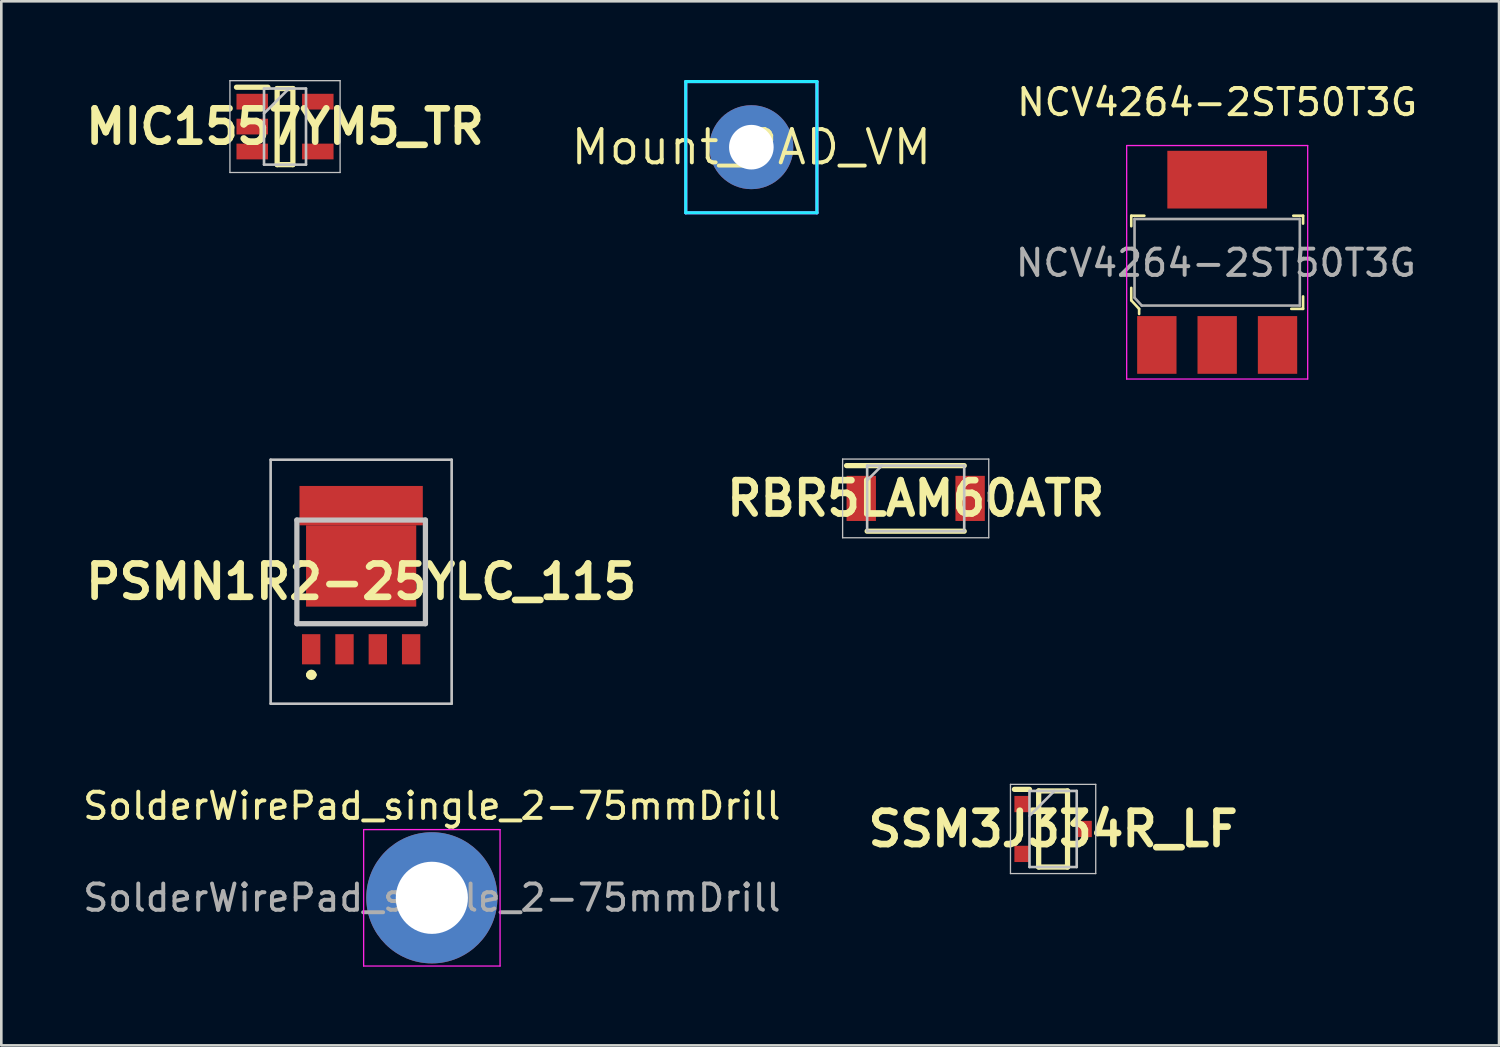
<source format=kicad_pcb>
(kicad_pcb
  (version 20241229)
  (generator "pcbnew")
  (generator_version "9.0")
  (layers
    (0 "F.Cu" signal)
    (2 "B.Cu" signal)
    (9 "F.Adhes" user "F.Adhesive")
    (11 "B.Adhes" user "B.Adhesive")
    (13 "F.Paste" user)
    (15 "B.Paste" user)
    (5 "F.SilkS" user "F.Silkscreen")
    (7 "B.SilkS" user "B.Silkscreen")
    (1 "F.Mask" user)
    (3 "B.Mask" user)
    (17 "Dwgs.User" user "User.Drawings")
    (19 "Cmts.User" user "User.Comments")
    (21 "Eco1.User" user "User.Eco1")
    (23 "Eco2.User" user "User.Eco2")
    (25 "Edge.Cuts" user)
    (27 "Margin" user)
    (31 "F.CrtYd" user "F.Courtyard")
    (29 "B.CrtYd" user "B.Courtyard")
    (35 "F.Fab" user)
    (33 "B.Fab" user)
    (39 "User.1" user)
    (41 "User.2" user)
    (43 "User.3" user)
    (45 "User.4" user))
  (footprint "PSMN1R2-25YLC_115"
    (layer "F.Cu")
    (at 10.716 16.773)
    (property "Reference" "PSMN1R2-25YLC_115" (at 0 2.35 0) (layer "F.SilkS") (effects (font (size 1.27 1.27) (thickness 0.254))))
    (attr smd)
    (fp_line (start -2.45 0.5) (end -2.45 3.95) (stroke (width 0.1) (type solid)) (layer "F.SilkS"))
    (fp_line (start -2.45 3.95) (end 2.45 3.95) (stroke (width 0.1) (type solid)) (layer "F.SilkS"))
    (fp_line (start -2 5.9) (end -2 5.9) (stroke (width 0.2) (type solid)) (layer "F.SilkS"))
    (fp_line (start -1.8 5.9) (end -1.8 5.9) (stroke (width 0.2) (type solid)) (layer "F.SilkS"))
    (fp_line (start 2.45 3.95) (end 2.45 0.5) (stroke (width 0.1) (type solid)) (layer "F.SilkS"))
    (fp_arc (start -2 5.9) (mid -1.9 5.8) (end -1.8 5.9) (stroke (width 0.2) (type solid)) (layer "F.SilkS"))
    (fp_arc (start -1.8 5.9) (mid -1.9 6) (end -2 5.9) (stroke (width 0.2) (type solid)) (layer "F.SilkS"))
    (fp_line (start -3.45 -2.3) (end 3.45 -2.3) (stroke (width 0.1) (type solid)) (layer "Dwgs.User"))
    (fp_line (start -3.45 7) (end -3.45 -2.3) (stroke (width 0.1) (type solid)) (layer "Dwgs.User"))
    (fp_line (start -2.45 0) (end 2.45 0) (stroke (width 0.2) (type solid)) (layer "Dwgs.User"))
    (fp_line (start -2.45 3.95) (end -2.45 0) (stroke (width 0.2) (type solid)) (layer "Dwgs.User"))
    (fp_line (start 2.45 0) (end 2.45 3.95) (stroke (width 0.2) (type solid)) (layer "Dwgs.User"))
    (fp_line (start 2.45 3.95) (end -2.45 3.95) (stroke (width 0.2) (type solid)) (layer "Dwgs.User"))
    (fp_line (start 3.45 -2.3) (end 3.45 7) (stroke (width 0.1) (type solid)) (layer "Dwgs.User"))
    (fp_line (start 3.45 7) (end -3.45 7) (stroke (width 0.1) (type solid)) (layer "Dwgs.User"))
    (pad "1" smd rect (at -1.905 4.925) (size 0.7 1.15) (layers "F.Cu" "F.Mask" "F.Paste"))
    (pad "2" smd rect (at -0.635 4.925) (size 0.7 1.15) (layers "F.Cu" "F.Mask" "F.Paste"))
    (pad "3" smd rect (at 0.635 4.925) (size 0.7 1.15) (layers "F.Cu" "F.Mask" "F.Paste"))
    (pad "4" smd rect (at 1.905 4.925) (size 0.7 1.15) (layers "F.Cu" "F.Mask" "F.Paste"))
    (pad "5" smd rect (at 0 1.75 90) (size 3.1 4.2) (layers "F.Cu" "F.Mask" "F.Paste"))
    (pad "6" smd rect (at 0 -0.55 90) (size 1.5 4.7) (layers "F.Cu" "F.Mask" "F.Paste")))
  (footprint "Mount_PAD_VM"
    (layer "F.Cu")
    (at 25.589 2.56)
    (property "Reference" "Mount_PAD_VM" (at 0 0 0) (layer "F.SilkS") (effects (font (size 1.27 1.27) (thickness 0.15))))
    (attr through_hole)
    (fp_line (start -2.5 -2.5) (end 2.5 -2.5) (stroke (width 0.12) (type solid)) (layer "B.CrtYd"))
    (fp_line (start -2.5 2.5) (end -2.5 -2.5) (stroke (width 0.12) (type solid)) (layer "B.CrtYd"))
    (fp_line (start 2.5 -2.5) (end 2.5 2.5) (stroke (width 0.12) (type solid)) (layer "B.CrtYd"))
    (fp_line (start 2.5 2.5) (end -2.5 2.5) (stroke (width 0.12) (type solid)) (layer "B.CrtYd"))
    (fp_line (start -2.5 -2.5) (end 2.5 -2.5) (stroke (width 0.12) (type solid)) (layer "F.CrtYd"))
    (fp_line (start -2.5 2.5) (end -2.5 -2.5) (stroke (width 0.12) (type solid)) (layer "F.CrtYd"))
    (fp_line (start 2.5 -2.5) (end 2.5 2.5) (stroke (width 0.12) (type solid)) (layer "F.CrtYd"))
    (fp_line (start 2.5 2.5) (end -2.5 2.5) (stroke (width 0.12) (type solid)) (layer "F.CrtYd"))
    (pad "1" thru_hole circle (at 0 0) (size 3.2 3.2) (drill 1.7) (layers "*.Cu" "*.Mask")))
  (footprint "NCV4264-2ST50T3G"
    (layer "F.Cu")
    (at 43.345 6.948)
    (property "Reference" "NCV4264-2ST50T3G" (at 0 -6.1 0) (layer "F.SilkS") (effects (font (size 1 1) (thickness 0.15))))
    (attr through_hole)
    (fp_line (start -3.275 -1.775) (end -3.275 -1.375) (stroke (width 0.1) (type solid)) (layer "F.SilkS"))
    (fp_line (start -3.275 0.975) (end -3.275 1.45) (stroke (width 0.1) (type solid)) (layer "F.SilkS"))
    (fp_line (start -3.275 1.45) (end -2.975 1.775) (stroke (width 0.1) (type solid)) (layer "F.SilkS"))
    (fp_line (start -2.975 1.775) (end -2.975 1.97) (stroke (width 0.1) (type solid)) (layer "F.SilkS"))
    (fp_line (start -2.775 -1.775) (end -3.275 -1.775) (stroke (width 0.1) (type solid)) (layer "F.SilkS"))
    (fp_line (start 2.9 -1.775) (end 3.275 -1.775) (stroke (width 0.1) (type solid)) (layer "F.SilkS"))
    (fp_line (start 3.275 -1.775) (end 3.275 -1.475) (stroke (width 0.1) (type solid)) (layer "F.SilkS"))
    (fp_line (start 3.275 1.3) (end 3.275 1.775) (stroke (width 0.1) (type solid)) (layer "F.SilkS"))
    (fp_line (start 3.275 1.775) (end 2.825 1.775) (stroke (width 0.1) (type solid)) (layer "F.SilkS"))
    (fp_line (start -3.45 -4.45) (end -3.45 4.45) (stroke (width 0.05) (type solid)) (layer "F.CrtYd"))
    (fp_line (start -3.45 4.45) (end 3.45 4.45) (stroke (width 0.05) (type solid)) (layer "F.CrtYd"))
    (fp_line (start 3.45 -4.45) (end -3.45 -4.45) (stroke (width 0.05) (type solid)) (layer "F.CrtYd"))
    (fp_line (start 3.45 -4.45) (end 3.45 4.45) (stroke (width 0.05) (type solid)) (layer "F.CrtYd"))
    (fp_line (start -3.15 -1.65) (end 3.15 -1.65) (stroke (width 0.1) (type solid)) (layer "F.Fab"))
    (fp_line (start -3.15 1.35) (end -3.15 -1.65) (stroke (width 0.1) (type solid)) (layer "F.Fab"))
    (fp_line (start -3.15 1.35) (end -2.875 1.65) (stroke (width 0.1) (type solid)) (layer "F.Fab"))
    (fp_line (start 3.15 -1.65) (end 3.15 1.65) (stroke (width 0.1) (type solid)) (layer "F.Fab"))
    (fp_line (start 3.15 1.65) (end -2.875 1.65) (stroke (width 0.1) (type solid)) (layer "F.Fab"))
    (fp_text user "${REFERENCE}" (at -0.05 0.025 0) (layer "F.Fab") (effects (font (size 1 1) (thickness 0.15))))
    (pad "1" smd rect (at -2.3 3.15) (size 1.5 2.2) (layers "F.Cu" "F.Mask" "F.Paste"))
    (pad "2" smd rect (at 0 3.15) (size 1.5 2.2) (layers "F.Cu" "F.Mask" "F.Paste"))
    (pad "3" smd rect (at 2.3 3.15) (size 1.5 2.2) (layers "F.Cu" "F.Mask" "F.Paste"))
    (pad "4" smd rect (at 0 -3.15) (size 3.8 2.2) (layers "F.Cu" "F.Mask" "F.Paste")))
  (footprint "SolderWirePad_single_2-75mmDrill"
    (layer "F.Cu")
    (at 13.411 31.172)
    (property "Reference" "SolderWirePad_single_2-75mmDrill" (at 0 -3.5 0) (layer "F.SilkS") (effects (font (size 1 1) (thickness 0.15))))
    (attr exclude_from_pos_files exclude_from_bom)
    (fp_line (start -2.6 -2.6) (end -2.6 2.6) (stroke (width 0.05) (type solid)) (layer "F.CrtYd"))
    (fp_line (start -2.6 -2.6) (end 2.6 -2.6) (stroke (width 0.05) (type solid)) (layer "F.CrtYd"))
    (fp_line (start 2.6 2.6) (end -2.6 2.6) (stroke (width 0.05) (type solid)) (layer "F.CrtYd"))
    (fp_line (start 2.6 2.6) (end 2.6 -2.6) (stroke (width 0.05) (type solid)) (layer "F.CrtYd"))
    (fp_text user "${REFERENCE}" (at 0 0 0) (layer "F.Fab") (effects (font (size 1 1) (thickness 0.15))))
    (pad "1" thru_hole circle (at 0 0) (size 5 5) (drill 2.75) (layers "*.Cu" "*.Mask")))
  (footprint "SSM3J334R_LF"
    (layer "F.Cu")
    (at 37.091 28.548)
    (property "Reference" "SSM3J334R_LF" (at 0 0 0) (layer "F.SilkS") (effects (font (size 1.27 1.27) (thickness 0.254))))
    (attr smd)
    (fp_line (start -1.475 -1.51) (end -0.9 -1.51) (stroke (width 0.2) (type solid)) (layer "F.SilkS"))
    (fp_line (start -0.55 -1.45) (end 0.55 -1.45) (stroke (width 0.2) (type solid)) (layer "F.SilkS"))
    (fp_line (start -0.55 1.45) (end -0.55 -1.45) (stroke (width 0.2) (type solid)) (layer "F.SilkS"))
    (fp_line (start 0.55 -1.45) (end 0.55 1.45) (stroke (width 0.2) (type solid)) (layer "F.SilkS"))
    (fp_line (start 0.55 1.45) (end -0.55 1.45) (stroke (width 0.2) (type solid)) (layer "F.SilkS"))
    (fp_line (start -1.625 -1.7) (end 1.625 -1.7) (stroke (width 0.05) (type solid)) (layer "Dwgs.User"))
    (fp_line (start -1.625 1.7) (end -1.625 -1.7) (stroke (width 0.05) (type solid)) (layer "Dwgs.User"))
    (fp_line (start -0.9 -1.45) (end 0.9 -1.45) (stroke (width 0.1) (type solid)) (layer "Dwgs.User"))
    (fp_line (start -0.9 -0.5) (end 0.05 -1.45) (stroke (width 0.1) (type solid)) (layer "Dwgs.User"))
    (fp_line (start -0.9 1.45) (end -0.9 -1.45) (stroke (width 0.1) (type solid)) (layer "Dwgs.User"))
    (fp_line (start 0.9 -1.45) (end 0.9 1.45) (stroke (width 0.1) (type solid)) (layer "Dwgs.User"))
    (fp_line (start 0.9 1.45) (end -0.9 1.45) (stroke (width 0.1) (type solid)) (layer "Dwgs.User"))
    (fp_line (start 1.625 -1.7) (end 1.625 1.7) (stroke (width 0.05) (type solid)) (layer "Dwgs.User"))
    (fp_line (start 1.625 1.7) (end -1.625 1.7) (stroke (width 0.05) (type solid)) (layer "Dwgs.User"))
    (pad "1" smd rect (at -1.188 -0.95) (size 0.575 0.62) (layers "F.Cu" "F.Mask" "F.Paste"))
    (pad "2" smd rect (at -1.188 0.95) (size 0.575 0.62) (layers "F.Cu" "F.Mask" "F.Paste"))
    (pad "3" smd rect (at 1.188 0) (size 0.575 0.62) (layers "F.Cu" "F.Mask" "F.Paste")))
  (footprint "MIC1557YM5_TR"
    (layer "F.Cu")
    (at 7.814 1.775)
    (property "Reference" "MIC1557YM5_TR" (at 0 0 0) (layer "F.SilkS") (effects (font (size 1.27 1.27) (thickness 0.254))))
    (attr smd)
    (fp_line (start -1.85 -1.5) (end -0.65 -1.5) (stroke (width 0.2) (type solid)) (layer "F.SilkS"))
    (fp_line (start -0.3 -1.45) (end 0.3 -1.45) (stroke (width 0.2) (type solid)) (layer "F.SilkS"))
    (fp_line (start -0.3 1.45) (end -0.3 -1.45) (stroke (width 0.2) (type solid)) (layer "F.SilkS"))
    (fp_line (start 0.3 -1.45) (end 0.3 1.45) (stroke (width 0.2) (type solid)) (layer "F.SilkS"))
    (fp_line (start 0.3 1.45) (end -0.3 1.45) (stroke (width 0.2) (type solid)) (layer "F.SilkS"))
    (fp_line (start -2.1 -1.75) (end 2.1 -1.75) (stroke (width 0.05) (type solid)) (layer "Dwgs.User"))
    (fp_line (start -2.1 1.75) (end -2.1 -1.75) (stroke (width 0.05) (type solid)) (layer "Dwgs.User"))
    (fp_line (start -0.8 -1.45) (end 0.8 -1.45) (stroke (width 0.1) (type solid)) (layer "Dwgs.User"))
    (fp_line (start -0.8 -0.5) (end 0.15 -1.45) (stroke (width 0.1) (type solid)) (layer "Dwgs.User"))
    (fp_line (start -0.8 1.45) (end -0.8 -1.45) (stroke (width 0.1) (type solid)) (layer "Dwgs.User"))
    (fp_line (start 0.8 -1.45) (end 0.8 1.45) (stroke (width 0.1) (type solid)) (layer "Dwgs.User"))
    (fp_line (start 0.8 1.45) (end -0.8 1.45) (stroke (width 0.1) (type solid)) (layer "Dwgs.User"))
    (fp_line (start 2.1 -1.75) (end 2.1 1.75) (stroke (width 0.05) (type solid)) (layer "Dwgs.User"))
    (fp_line (start 2.1 1.75) (end -2.1 1.75) (stroke (width 0.05) (type solid)) (layer "Dwgs.User"))
    (pad "1" smd rect (at -1.25 -0.95 90) (size 0.6 1.2) (layers "F.Cu" "F.Mask" "F.Paste"))
    (pad "2" smd rect (at -1.25 0 90) (size 0.6 1.2) (layers "F.Cu" "F.Mask" "F.Paste"))
    (pad "3" smd rect (at -1.25 0.95 90) (size 0.6 1.2) (layers "F.Cu" "F.Mask" "F.Paste"))
    (pad "4" smd rect (at 1.25 0.95 90) (size 0.6 1.2) (layers "F.Cu" "F.Mask" "F.Paste"))
    (pad "5" smd rect (at 1.25 -0.95 90) (size 0.6 1.2) (layers "F.Cu" "F.Mask" "F.Paste")))
  (footprint "RBR5LAM60ATR"
    (layer "F.Cu")
    (at 31.853 15.948)
    (property "Reference" "RBR5LAM60ATR" (at 0 0 0) (layer "F.SilkS") (effects (font (size 1.27 1.27) (thickness 0.254))))
    (attr smd)
    (fp_line (start -2.635 -1.25) (end 1.85 -1.25) (stroke (width 0.2) (type solid)) (layer "F.SilkS"))
    (fp_line (start -1.85 1.25) (end 1.85 1.25) (stroke (width 0.2) (type solid)) (layer "F.SilkS"))
    (fp_line (start -2.785 -1.5) (end 2.785 -1.5) (stroke (width 0.05) (type solid)) (layer "Dwgs.User"))
    (fp_line (start -2.785 1.5) (end -2.785 -1.5) (stroke (width 0.05) (type solid)) (layer "Dwgs.User"))
    (fp_line (start -1.85 -1.25) (end 1.85 -1.25) (stroke (width 0.1) (type solid)) (layer "Dwgs.User"))
    (fp_line (start -1.85 -0.69) (end -1.29 -1.25) (stroke (width 0.1) (type solid)) (layer "Dwgs.User"))
    (fp_line (start -1.85 1.25) (end -1.85 -1.25) (stroke (width 0.1) (type solid)) (layer "Dwgs.User"))
    (fp_line (start 1.85 -1.25) (end 1.85 1.25) (stroke (width 0.1) (type solid)) (layer "Dwgs.User"))
    (fp_line (start 1.85 1.25) (end -1.85 1.25) (stroke (width 0.1) (type solid)) (layer "Dwgs.User"))
    (fp_line (start 2.785 -1.5) (end 2.785 1.5) (stroke (width 0.05) (type solid)) (layer "Dwgs.User"))
    (fp_line (start 2.785 1.5) (end -2.785 1.5) (stroke (width 0.05) (type solid)) (layer "Dwgs.User"))
    (pad "1" smd rect (at -2.075 0 90) (size 1.72 1.12) (layers "F.Cu" "F.Mask" "F.Paste"))
    (pad "2" smd rect (at 2.075 0 90) (size 1.72 1.12) (layers "F.Cu" "F.Mask" "F.Paste")))
  (gr_rect
    (start -3 -3)
    (end 54.089 36.797)
    (stroke (width 0.1) (type default))
    (fill no)
    (layer "Edge.Cuts")))
</source>
